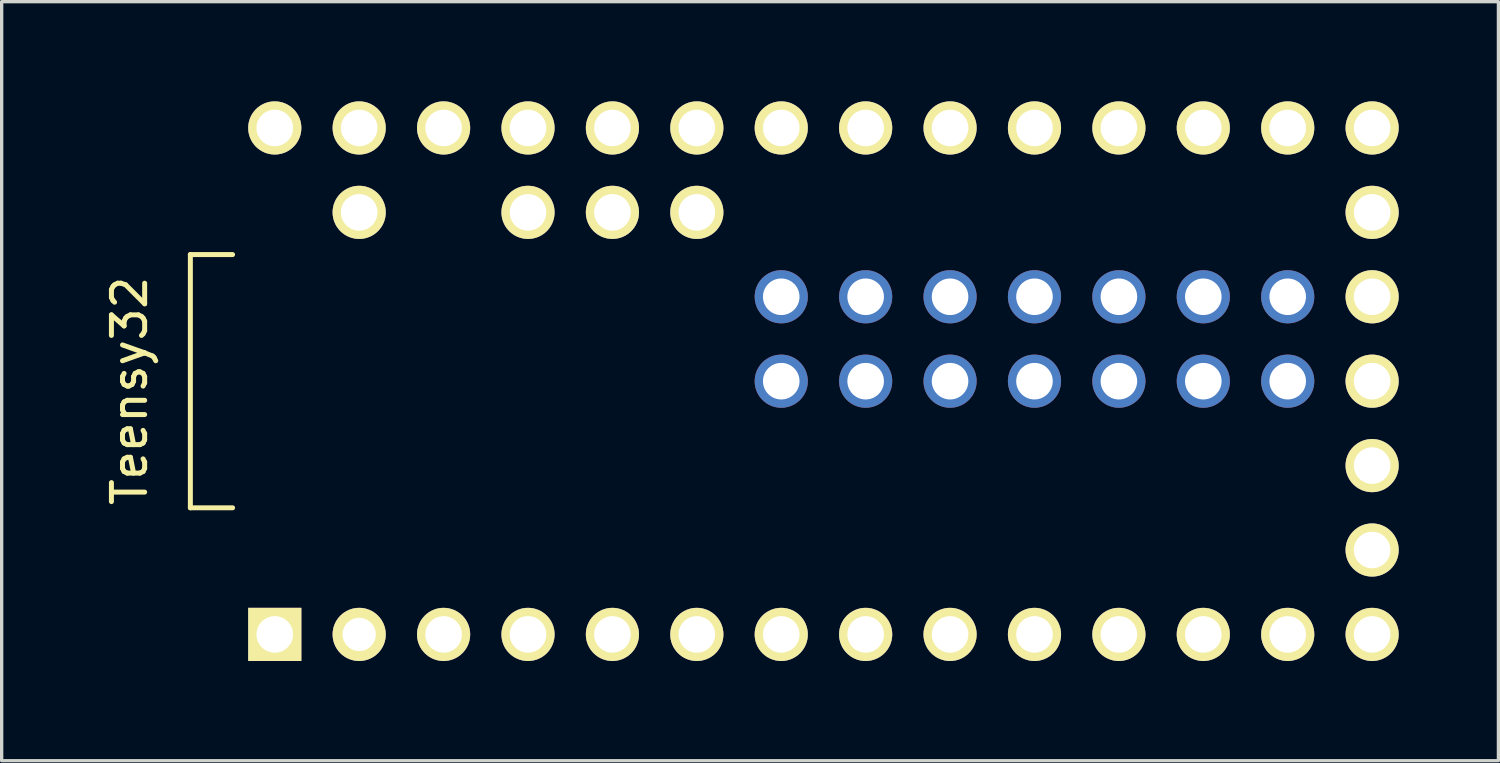
<source format=kicad_pcb>
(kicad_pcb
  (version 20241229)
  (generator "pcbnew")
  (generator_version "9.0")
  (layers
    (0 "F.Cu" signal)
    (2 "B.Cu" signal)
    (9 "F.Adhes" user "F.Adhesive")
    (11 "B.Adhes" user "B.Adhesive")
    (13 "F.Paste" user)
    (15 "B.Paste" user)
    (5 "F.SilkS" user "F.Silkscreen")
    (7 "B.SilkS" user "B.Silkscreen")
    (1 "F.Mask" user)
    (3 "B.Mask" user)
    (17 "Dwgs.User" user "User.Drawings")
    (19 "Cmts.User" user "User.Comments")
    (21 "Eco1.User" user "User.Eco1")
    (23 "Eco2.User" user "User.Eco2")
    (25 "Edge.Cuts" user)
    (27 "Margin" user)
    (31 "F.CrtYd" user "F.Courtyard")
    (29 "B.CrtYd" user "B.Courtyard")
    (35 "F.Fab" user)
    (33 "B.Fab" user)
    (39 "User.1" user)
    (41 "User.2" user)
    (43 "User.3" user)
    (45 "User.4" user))
  (footprint "Teensy32"
    (layer "F.Cu")
    (at 21.728 8.42)
    (property "Reference" "Teensy32" (at -20.88 0.29 90) (layer "F.SilkS") (effects (font (size 1 1) (thickness 0.15))))
    (attr through_hole)
    (fp_line (start -19.05 -3.81) (end -17.78 -3.81) (stroke (width 0.15) (type solid)) (layer "F.SilkS"))
    (fp_line (start -19.05 3.81) (end -19.05 -3.81) (stroke (width 0.15) (type solid)) (layer "F.SilkS"))
    (fp_line (start -17.78 3.81) (end -19.05 3.81) (stroke (width 0.15) (type solid)) (layer "F.SilkS"))
    (pad "1" thru_hole rect (at -16.51 7.62) (size 1.6 1.6) (drill 1.1) (layers "*.Cu" "*.Mask" "F.SilkS"))
    (pad "2" thru_hole circle (at -13.97 7.62) (size 1.6 1.6) (drill 1) (layers "*.Cu" "*.Mask" "F.SilkS"))
    (pad "3" thru_hole circle (at -11.43 7.62) (size 1.6 1.6) (drill 1.1) (layers "*.Cu" "*.Mask" "F.SilkS"))
    (pad "4" thru_hole circle (at -8.89 7.62) (size 1.6 1.6) (drill 1.1) (layers "*.Cu" "*.Mask" "F.SilkS"))
    (pad "5" thru_hole circle (at -6.35 7.62) (size 1.6 1.6) (drill 1.1) (layers "*.Cu" "*.Mask" "F.SilkS"))
    (pad "6" thru_hole circle (at -3.81 7.62) (size 1.6 1.6) (drill 1.1) (layers "*.Cu" "*.Mask" "F.SilkS"))
    (pad "7" thru_hole circle (at -1.27 7.62) (size 1.6 1.6) (drill 1.1) (layers "*.Cu" "*.Mask" "F.SilkS"))
    (pad "8" thru_hole circle (at 1.27 7.62) (size 1.6 1.6) (drill 1.1) (layers "*.Cu" "*.Mask" "F.SilkS"))
    (pad "9" thru_hole circle (at 3.81 7.62) (size 1.6 1.6) (drill 1.1) (layers "*.Cu" "*.Mask" "F.SilkS"))
    (pad "10" thru_hole circle (at 6.35 7.62) (size 1.6 1.6) (drill 1.1) (layers "*.Cu" "*.Mask" "F.SilkS"))
    (pad "11" thru_hole circle (at 8.89 7.62) (size 1.6 1.6) (drill 1.1) (layers "*.Cu" "*.Mask" "F.SilkS"))
    (pad "12" thru_hole circle (at 11.43 7.62) (size 1.6 1.6) (drill 1.1) (layers "*.Cu" "*.Mask" "F.SilkS"))
    (pad "13" thru_hole circle (at 13.97 7.62) (size 1.6 1.6) (drill 1.1) (layers "*.Cu" "*.Mask" "F.SilkS"))
    (pad "14" thru_hole circle (at 16.51 7.62) (size 1.6 1.6) (drill 1.1) (layers "*.Cu" "*.Mask" "F.SilkS"))
    (pad "15" thru_hole circle (at 16.51 5.08) (size 1.6 1.6) (drill 1.1) (layers "*.Cu" "*.Mask" "F.SilkS"))
    (pad "16" thru_hole circle (at 16.51 2.54) (size 1.6 1.6) (drill 1.1) (layers "*.Cu" "*.Mask" "F.SilkS"))
    (pad "17" thru_hole circle (at 16.51 0) (size 1.6 1.6) (drill 1.1) (layers "*.Cu" "*.Mask" "F.SilkS"))
    (pad "18" thru_hole circle (at 16.51 -2.54) (size 1.6 1.6) (drill 1.1) (layers "*.Cu" "*.Mask" "F.SilkS"))
    (pad "19" thru_hole circle (at 16.51 -5.08) (size 1.6 1.6) (drill 1.1) (layers "*.Cu" "*.Mask" "F.SilkS"))
    (pad "20" thru_hole circle (at 16.51 -7.62) (size 1.6 1.6) (drill 1.1) (layers "*.Cu" "*.Mask" "F.SilkS"))
    (pad "21" thru_hole circle (at 13.97 -7.62) (size 1.6 1.6) (drill 1.1) (layers "*.Cu" "*.Mask" "F.SilkS"))
    (pad "22" thru_hole circle (at 11.43 -7.62) (size 1.6 1.6) (drill 1.1) (layers "*.Cu" "*.Mask" "F.SilkS"))
    (pad "23" thru_hole circle (at 8.89 -7.62) (size 1.6 1.6) (drill 1.1) (layers "*.Cu" "*.Mask" "F.SilkS"))
    (pad "24" thru_hole circle (at 6.35 -7.62) (size 1.6 1.6) (drill 1.1) (layers "*.Cu" "*.Mask" "F.SilkS"))
    (pad "25" thru_hole circle (at 3.81 -7.62) (size 1.6 1.6) (drill 1.1) (layers "*.Cu" "*.Mask" "F.SilkS"))
    (pad "26" thru_hole circle (at 1.27 -7.62) (size 1.6 1.6) (drill 1.1) (layers "*.Cu" "*.Mask" "F.SilkS"))
    (pad "27" thru_hole circle (at -1.27 -7.62) (size 1.6 1.6) (drill 1.1) (layers "*.Cu" "*.Mask" "F.SilkS"))
    (pad "28" thru_hole circle (at -3.81 -7.62) (size 1.6 1.6) (drill 1.1) (layers "*.Cu" "*.Mask" "F.SilkS"))
    (pad "29" thru_hole circle (at -6.35 -7.62) (size 1.6 1.6) (drill 1.1) (layers "*.Cu" "*.Mask" "F.SilkS"))
    (pad "30" thru_hole circle (at -8.89 -7.62) (size 1.6 1.6) (drill 1.1) (layers "*.Cu" "*.Mask" "F.SilkS"))
    (pad "31" thru_hole circle (at -11.43 -7.62) (size 1.6 1.6) (drill 1.1) (layers "*.Cu" "*.Mask" "F.SilkS"))
    (pad "32" thru_hole circle (at -13.97 -7.62) (size 1.6 1.6) (drill 1.1) (layers "*.Cu" "*.Mask" "F.SilkS"))
    (pad "33" thru_hole circle (at -16.51 -7.62) (size 1.6 1.6) (drill 1.1) (layers "*.Cu" "*.Mask" "F.SilkS"))
    (pad "34" thru_hole circle (at -13.97 -5.08) (size 1.6 1.6) (drill 1.1) (layers "*.Cu" "*.Mask" "F.SilkS"))
    (pad "35" thru_hole circle (at -8.89 -5.08) (size 1.6 1.6) (drill 1.1) (layers "*.Cu" "*.Mask" "F.SilkS"))
    (pad "36" thru_hole circle (at -6.35 -5.08) (size 1.6 1.6) (drill 1.1) (layers "*.Cu" "*.Mask" "F.SilkS"))
    (pad "37" thru_hole circle (at -3.81 -5.08) (size 1.6 1.6) (drill 1.1) (layers "*.Cu" "*.Mask" "F.SilkS"))
    (pad "38" thru_hole circle (at -1.27 0) (size 1.6 1.6) (drill 1.1) (layers "*.Cu" "*.Mask"))
    (pad "39" thru_hole circle (at 1.27 0) (size 1.6 1.6) (drill 1.1) (layers "*.Cu" "*.Mask"))
    (pad "40" thru_hole circle (at 3.81 0) (size 1.6 1.6) (drill 1.1) (layers "*.Cu" "*.Mask"))
    (pad "41" thru_hole circle (at 6.35 0) (size 1.6 1.6) (drill 1.1) (layers "*.Cu" "*.Mask"))
    (pad "42" thru_hole circle (at 8.89 0) (size 1.6 1.6) (drill 1.1) (layers "*.Cu" "*.Mask"))
    (pad "43" thru_hole circle (at 11.43 0) (size 1.6 1.6) (drill 1.1) (layers "*.Cu" "*.Mask"))
    (pad "44" thru_hole circle (at 13.97 0) (size 1.6 1.6) (drill 1.1) (layers "*.Cu" "*.Mask"))
    (pad "45" thru_hole circle (at 13.97 -2.54) (size 1.6 1.6) (drill 1.1) (layers "*.Cu" "*.Mask"))
    (pad "46" thru_hole circle (at 11.43 -2.54) (size 1.6 1.6) (drill 1.1) (layers "*.Cu" "*.Mask"))
    (pad "47" thru_hole circle (at 8.89 -2.54) (size 1.6 1.6) (drill 1.1) (layers "*.Cu" "*.Mask"))
    (pad "48" thru_hole circle (at 6.35 -2.54) (size 1.6 1.6) (drill 1.1) (layers "*.Cu" "*.Mask"))
    (pad "49" thru_hole circle (at 3.81 -2.54) (size 1.6 1.6) (drill 1.1) (layers "*.Cu" "*.Mask"))
    (pad "50" thru_hole circle (at 1.27 -2.54) (size 1.6 1.6) (drill 1.1) (layers "*.Cu" "*.Mask"))
    (pad "51" thru_hole circle (at -1.27 -2.54) (size 1.6 1.6) (drill 1.1) (layers "*.Cu" "*.Mask")))
  (gr_rect
    (start -3 -3)
    (end 42.038 19.84)
    (stroke (width 0.1) (type default))
    (fill no)
    (layer "Edge.Cuts")))
</source>
